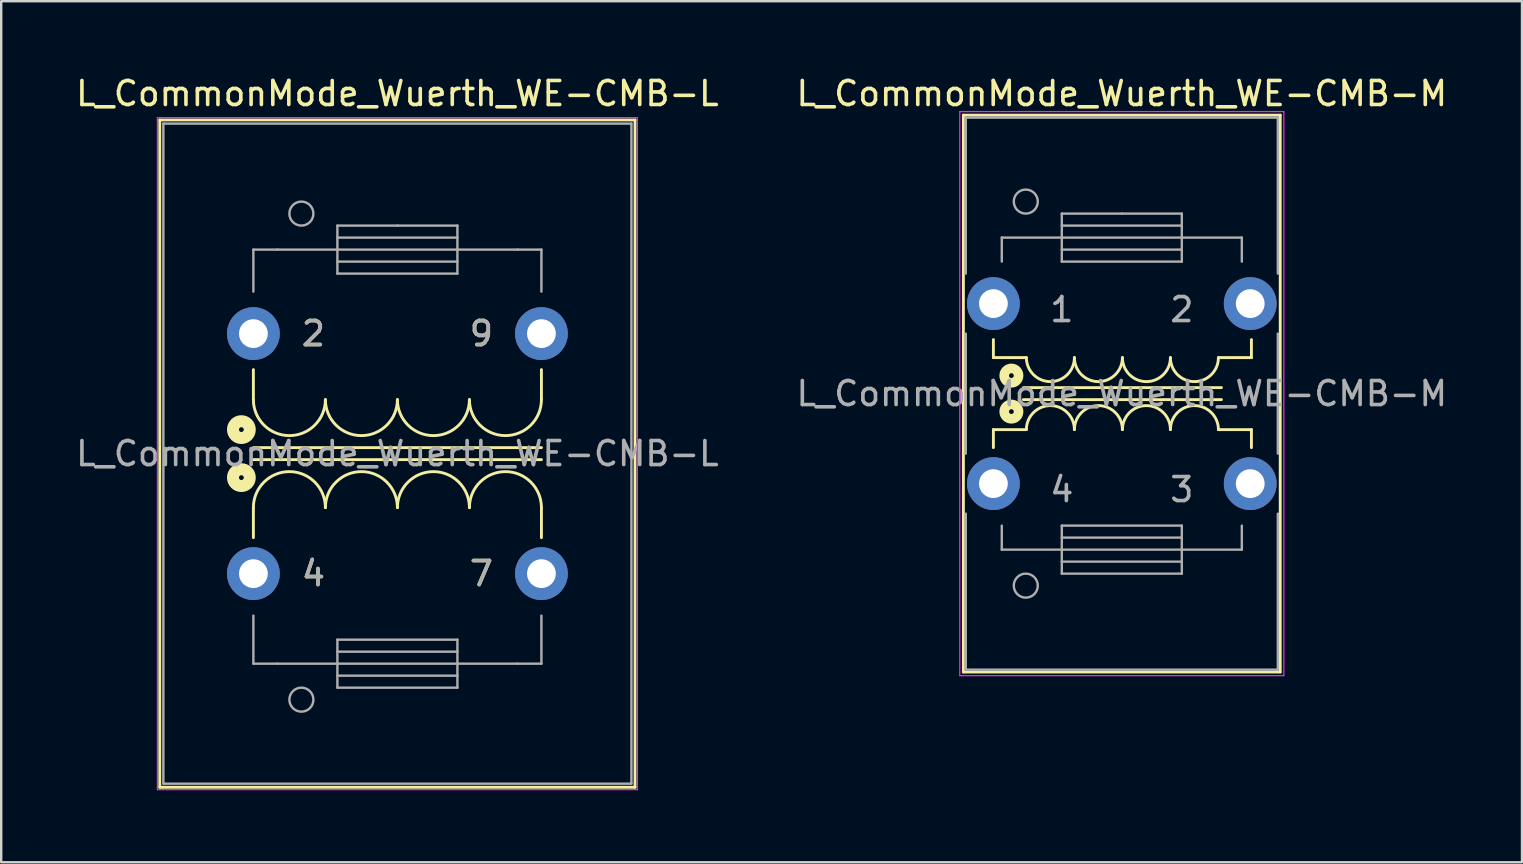
<source format=kicad_pcb>
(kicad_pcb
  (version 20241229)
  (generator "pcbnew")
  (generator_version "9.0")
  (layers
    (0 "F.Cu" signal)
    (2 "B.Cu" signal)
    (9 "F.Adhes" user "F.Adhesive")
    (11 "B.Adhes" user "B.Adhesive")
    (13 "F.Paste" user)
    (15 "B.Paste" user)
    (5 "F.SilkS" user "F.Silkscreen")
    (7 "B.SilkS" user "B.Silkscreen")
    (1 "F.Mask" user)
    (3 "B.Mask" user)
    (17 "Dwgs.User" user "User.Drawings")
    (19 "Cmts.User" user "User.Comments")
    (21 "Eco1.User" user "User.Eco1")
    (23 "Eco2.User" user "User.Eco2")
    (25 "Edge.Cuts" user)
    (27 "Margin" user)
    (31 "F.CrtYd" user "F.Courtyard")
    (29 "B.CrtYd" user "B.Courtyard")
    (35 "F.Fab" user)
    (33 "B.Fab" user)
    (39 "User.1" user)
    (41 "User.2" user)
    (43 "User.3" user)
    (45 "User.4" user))
  (footprint "L_CommonMode_Wuerth_WE-CMB-M"
    (layer "F.Cu")
    (at 38.335 9.598)
    (property "Reference" "L_CommonMode_Wuerth_WE-CMB-M" (at 5.35 -8.75 0) (layer "F.SilkS") (effects (font (size 1 1) (thickness 0.15))))
    (attr through_hole)
    (fp_line (start -1.25 -7.85) (end 11.95 -7.85) (stroke (width 0.12) (type solid)) (layer "F.SilkS"))
    (fp_line (start -1.25 15.35) (end -1.25 -7.85) (stroke (width 0.12) (type solid)) (layer "F.SilkS"))
    (fp_line (start 0 1.5) (end 0 2.25) (stroke (width 0.12) (type solid)) (layer "F.SilkS"))
    (fp_line (start 0 2.25) (end 1.375 2.25) (stroke (width 0.12) (type solid)) (layer "F.SilkS"))
    (fp_line (start 0 6) (end 0 5.25) (stroke (width 0.12) (type solid)) (layer "F.SilkS"))
    (fp_line (start 1.25 3.5) (end 9.5 3.5) (stroke (width 0.12) (type solid)) (layer "F.SilkS"))
    (fp_line (start 1.375 5.25) (end 0 5.25) (stroke (width 0.12) (type solid)) (layer "F.SilkS"))
    (fp_line (start 9.375 2.25) (end 10.75 2.25) (stroke (width 0.12) (type solid)) (layer "F.SilkS"))
    (fp_line (start 9.5 4) (end 1.25 4) (stroke (width 0.12) (type solid)) (layer "F.SilkS"))
    (fp_line (start 10.75 1.5) (end 10.75 2.25) (stroke (width 0.12) (type solid)) (layer "F.SilkS"))
    (fp_line (start 10.75 5.25) (end 9.375 5.25) (stroke (width 0.12) (type solid)) (layer "F.SilkS"))
    (fp_line (start 10.75 6) (end 10.75 5.25) (stroke (width 0.12) (type solid)) (layer "F.SilkS"))
    (fp_line (start 11.95 -7.85) (end 11.95 15.35) (stroke (width 0.12) (type solid)) (layer "F.SilkS"))
    (fp_line (start 11.95 15.35) (end -1.25 15.35) (stroke (width 0.12) (type solid)) (layer "F.SilkS"))
    (fp_arc (start 1.375 5.25) (mid 2.375 4.25) (end 3.375 5.25) (stroke (width 0.12) (type solid)) (layer "F.SilkS"))
    (fp_arc (start 3.375 2.25) (mid 2.375 3.25) (end 1.375 2.25) (stroke (width 0.12) (type solid)) (layer "F.SilkS"))
    (fp_arc (start 3.375 5.25) (mid 4.375 4.25) (end 5.375 5.25) (stroke (width 0.12) (type solid)) (layer "F.SilkS"))
    (fp_arc (start 5.375 2.25) (mid 4.375 3.25) (end 3.375 2.25) (stroke (width 0.12) (type solid)) (layer "F.SilkS"))
    (fp_arc (start 5.375 5.25) (mid 6.375 4.25) (end 7.375 5.25) (stroke (width 0.12) (type solid)) (layer "F.SilkS"))
    (fp_arc (start 7.375 2.25) (mid 6.375 3.25) (end 5.375 2.25) (stroke (width 0.12) (type solid)) (layer "F.SilkS"))
    (fp_arc (start 7.375 5.25) (mid 8.375 4.25) (end 9.375 5.25) (stroke (width 0.12) (type solid)) (layer "F.SilkS"))
    (fp_arc (start 9.375 2.25) (mid 8.375 3.25) (end 7.375 2.25) (stroke (width 0.12) (type solid)) (layer "F.SilkS"))
    (fp_circle (center 0.75 3) (end 0.85 3) (stroke (width 0.4) (type solid)) (fill no) (layer "F.SilkS"))
    (fp_circle (center 0.75 4.5) (end 0.85 4.5) (stroke (width 0.4) (type solid)) (fill no) (layer "F.SilkS"))
    (fp_line (start -1.4 -8) (end 12.1 -8) (stroke (width 0.05) (type solid)) (layer "F.CrtYd"))
    (fp_line (start -1.4 15.5) (end -1.4 -8) (stroke (width 0.05) (type solid)) (layer "F.CrtYd"))
    (fp_line (start 12.1 -8) (end 12.1 15.5) (stroke (width 0.05) (type solid)) (layer "F.CrtYd"))
    (fp_line (start 12.1 15.5) (end -1.4 15.5) (stroke (width 0.05) (type solid)) (layer "F.CrtYd"))
    (fp_line (start -1.15 -7.75) (end 11.85 -7.75) (stroke (width 0.1) (type solid)) (layer "F.Fab"))
    (fp_line (start -1.15 -1.25) (end -1.15 -7.75) (stroke (width 0.1) (type solid)) (layer "F.Fab"))
    (fp_line (start -1.15 6.25) (end -1.15 1.25) (stroke (width 0.1) (type solid)) (layer "F.Fab"))
    (fp_line (start -1.15 15.25) (end -1.15 8.75) (stroke (width 0.1) (type solid)) (layer "F.Fab"))
    (fp_line (start 0.35 -2.75) (end 0.35 -1.75) (stroke (width 0.1) (type solid)) (layer "F.Fab"))
    (fp_line (start 0.35 9.25) (end 0.35 10.25) (stroke (width 0.1) (type solid)) (layer "F.Fab"))
    (fp_line (start 0.35 10.25) (end 2.85 10.25) (stroke (width 0.1) (type solid)) (layer "F.Fab"))
    (fp_line (start 2.85 -3.75) (end 5.35 -3.75) (stroke (width 0.1) (type solid)) (layer "F.Fab"))
    (fp_line (start 2.85 -2.75) (end 0.35 -2.75) (stroke (width 0.1) (type solid)) (layer "F.Fab"))
    (fp_line (start 2.85 -2.75) (end 7.85 -2.75) (stroke (width 0.1) (type solid)) (layer "F.Fab"))
    (fp_line (start 2.85 -2.25) (end 7.85 -2.25) (stroke (width 0.1) (type solid)) (layer "F.Fab"))
    (fp_line (start 2.85 -1.75) (end 2.85 -3.75) (stroke (width 0.1) (type solid)) (layer "F.Fab"))
    (fp_line (start 2.85 9.25) (end 7.85 9.25) (stroke (width 0.1) (type solid)) (layer "F.Fab"))
    (fp_line (start 2.85 10.75) (end 7.85 10.75) (stroke (width 0.1) (type solid)) (layer "F.Fab"))
    (fp_line (start 2.85 11.25) (end 2.85 9.25) (stroke (width 0.1) (type solid)) (layer "F.Fab"))
    (fp_line (start 5.35 -3.75) (end 7.85 -3.75) (stroke (width 0.1) (type solid)) (layer "F.Fab"))
    (fp_line (start 7.85 -3.75) (end 7.85 -1.75) (stroke (width 0.1) (type solid)) (layer "F.Fab"))
    (fp_line (start 7.85 -3.25) (end 2.85 -3.25) (stroke (width 0.1) (type solid)) (layer "F.Fab"))
    (fp_line (start 7.85 -2.75) (end 10.35 -2.75) (stroke (width 0.1) (type solid)) (layer "F.Fab"))
    (fp_line (start 7.85 -1.75) (end 2.85 -1.75) (stroke (width 0.1) (type solid)) (layer "F.Fab"))
    (fp_line (start 7.85 9.25) (end 7.85 11.25) (stroke (width 0.1) (type solid)) (layer "F.Fab"))
    (fp_line (start 7.85 9.75) (end 2.85 9.75) (stroke (width 0.1) (type solid)) (layer "F.Fab"))
    (fp_line (start 7.85 10.25) (end 2.85 10.25) (stroke (width 0.1) (type solid)) (layer "F.Fab"))
    (fp_line (start 7.85 11.25) (end 2.85 11.25) (stroke (width 0.1) (type solid)) (layer "F.Fab"))
    (fp_line (start 10.35 -2.75) (end 10.35 -1.75) (stroke (width 0.1) (type solid)) (layer "F.Fab"))
    (fp_line (start 10.35 9.25) (end 10.35 10.25) (stroke (width 0.1) (type solid)) (layer "F.Fab"))
    (fp_line (start 10.35 10.25) (end 7.85 10.25) (stroke (width 0.1) (type solid)) (layer "F.Fab"))
    (fp_line (start 11.85 -7.75) (end 11.85 -1.25) (stroke (width 0.1) (type solid)) (layer "F.Fab"))
    (fp_line (start 11.85 1.25) (end 11.85 6.25) (stroke (width 0.1) (type solid)) (layer "F.Fab"))
    (fp_line (start 11.85 8.75) (end 11.85 15.25) (stroke (width 0.1) (type solid)) (layer "F.Fab"))
    (fp_line (start 11.85 15.25) (end -1.15 15.25) (stroke (width 0.1) (type solid)) (layer "F.Fab"))
    (fp_circle (center 1.35 -4.25) (end 1.85 -4.25) (stroke (width 0.1) (type solid)) (fill no) (layer "F.Fab"))
    (fp_circle (center 1.35 11.75) (end 1.85 11.75) (stroke (width 0.1) (type solid)) (fill no) (layer "F.Fab"))
    (fp_text user "${REFERENCE}" (at 5.35 3.75 0) (layer "F.Fab") (effects (font (size 1 1) (thickness 0.15))))
    (fp_text user "1" (at 2.85 0.25 0) (layer "F.Fab") (effects (font (size 1 1) (thickness 0.15))))
    (fp_text user "3" (at 7.85 7.75 0) (layer "F.Fab") (effects (font (size 1 1) (thickness 0.15))))
    (fp_text user "2" (at 7.85 0.25 0) (layer "F.Fab") (effects (font (size 1 1) (thickness 0.15))))
    (fp_text user "4" (at 2.85 7.75 0) (layer "F.Fab") (effects (font (size 1 1) (thickness 0.15))))
    (pad "1" thru_hole circle (at 0 0) (size 2.2 2.2) (drill 1.2) (layers "*.Cu" "*.Mask"))
    (pad "2" thru_hole circle (at 10.7 0) (size 2.2 2.2) (drill 1.2) (layers "*.Cu" "*.Mask"))
    (pad "3" thru_hole circle (at 10.7 7.5) (size 2.2 2.2) (drill 1.2) (layers "*.Cu" "*.Mask"))
    (pad "4" thru_hole circle (at 0 7.5) (size 2.2 2.2) (drill 1.2) (layers "*.Cu" "*.Mask")))
  (footprint "L_CommonMode_Wuerth_WE-CMB-L"
    (layer "F.Cu")
    (at 7.506 10.848)
    (property "Reference" "L_CommonMode_Wuerth_WE-CMB-L" (at 6 -10 0) (layer "F.SilkS") (effects (font (size 1 1) (thickness 0.15))))
    (attr through_hole)
    (fp_line (start -3.9 18.9) (end -3.9 -8.9) (stroke (width 0.12) (type solid)) (layer "F.SilkS"))
    (fp_line (start -3.9 18.9) (end 15.9 18.9) (stroke (width 0.12) (type solid)) (layer "F.SilkS"))
    (fp_line (start 0 2.75) (end 0 1.5) (stroke (width 0.12) (type solid)) (layer "F.SilkS"))
    (fp_line (start 0 4.75) (end 12 4.75) (stroke (width 0.12) (type solid)) (layer "F.SilkS"))
    (fp_line (start 0 7.25) (end 0 8.5) (stroke (width 0.12) (type solid)) (layer "F.SilkS"))
    (fp_line (start 12 2.75) (end 12 1.5) (stroke (width 0.12) (type solid)) (layer "F.SilkS"))
    (fp_line (start 12 5.25) (end 0 5.25) (stroke (width 0.12) (type solid)) (layer "F.SilkS"))
    (fp_line (start 12 7.25) (end 12 8.5) (stroke (width 0.12) (type solid)) (layer "F.SilkS"))
    (fp_line (start 15.9 -8.9) (end -3.9 -8.9) (stroke (width 0.12) (type solid)) (layer "F.SilkS"))
    (fp_line (start 15.9 18.9) (end 15.9 -8.9) (stroke (width 0.12) (type solid)) (layer "F.SilkS"))
    (fp_arc (start 0 7.25) (mid 1.5 5.75) (end 3 7.25) (stroke (width 0.12) (type solid)) (layer "F.SilkS"))
    (fp_arc (start 3 2.75) (mid 1.5 4.25) (end 0 2.75) (stroke (width 0.12) (type solid)) (layer "F.SilkS"))
    (fp_arc (start 3 7.25) (mid 4.5 5.75) (end 6 7.25) (stroke (width 0.12) (type solid)) (layer "F.SilkS"))
    (fp_arc (start 6 2.75) (mid 4.5 4.25) (end 3 2.75) (stroke (width 0.12) (type solid)) (layer "F.SilkS"))
    (fp_arc (start 6 7.25) (mid 7.5 5.75) (end 9 7.25) (stroke (width 0.12) (type solid)) (layer "F.SilkS"))
    (fp_arc (start 9 2.75) (mid 7.5 4.25) (end 6 2.75) (stroke (width 0.12) (type solid)) (layer "F.SilkS"))
    (fp_arc (start 9 7.25) (mid 10.5 5.75) (end 12 7.25) (stroke (width 0.12) (type solid)) (layer "F.SilkS"))
    (fp_arc (start 12 2.75) (mid 10.5 4.25) (end 9 2.75) (stroke (width 0.12) (type solid)) (layer "F.SilkS"))
    (fp_circle (center -0.5 4) (end -0.4 4) (stroke (width 0.5) (type solid)) (fill no) (layer "F.SilkS"))
    (fp_circle (center -0.5 6) (end -0.4 6) (stroke (width 0.5) (type solid)) (fill no) (layer "F.SilkS"))
    (fp_line (start -4 -9) (end -4 19) (stroke (width 0.05) (type solid)) (layer "F.CrtYd"))
    (fp_line (start -4 19) (end 16 19) (stroke (width 0.05) (type solid)) (layer "F.CrtYd"))
    (fp_line (start 16 -9) (end -4 -9) (stroke (width 0.05) (type solid)) (layer "F.CrtYd"))
    (fp_line (start 16 19) (end 16 -9) (stroke (width 0.05) (type solid)) (layer "F.CrtYd"))
    (fp_line (start -3.75 -8.75) (end -3.75 18.75) (stroke (width 0.1) (type solid)) (layer "F.Fab"))
    (fp_line (start 0 -3.5) (end 0 -1.75) (stroke (width 0.1) (type solid)) (layer "F.Fab"))
    (fp_line (start 0 13.75) (end 0 11.75) (stroke (width 0.1) (type solid)) (layer "F.Fab"))
    (fp_line (start 1 -3.5) (end 0 -3.5) (stroke (width 0.1) (type solid)) (layer "F.Fab"))
    (fp_line (start 1 13.75) (end 0 13.75) (stroke (width 0.1) (type solid)) (layer "F.Fab"))
    (fp_line (start 1 13.75) (end 3.5 13.75) (stroke (width 0.1) (type solid)) (layer "F.Fab"))
    (fp_line (start 3.5 -4.5) (end 6 -4.5) (stroke (width 0.1) (type solid)) (layer "F.Fab"))
    (fp_line (start 3.5 -3.5) (end 1 -3.5) (stroke (width 0.1) (type solid)) (layer "F.Fab"))
    (fp_line (start 3.5 -3.5) (end 8.5 -3.5) (stroke (width 0.1) (type solid)) (layer "F.Fab"))
    (fp_line (start 3.5 -3) (end 8.5 -3) (stroke (width 0.1) (type solid)) (layer "F.Fab"))
    (fp_line (start 3.5 -2.5) (end 3.5 -4.5) (stroke (width 0.1) (type solid)) (layer "F.Fab"))
    (fp_line (start 3.5 12.75) (end 8.5 12.75) (stroke (width 0.1) (type solid)) (layer "F.Fab"))
    (fp_line (start 3.5 14.25) (end 8.5 14.25) (stroke (width 0.1) (type solid)) (layer "F.Fab"))
    (fp_line (start 3.5 14.75) (end 3.5 12.75) (stroke (width 0.1) (type solid)) (layer "F.Fab"))
    (fp_line (start 6 -4.5) (end 8.5 -4.5) (stroke (width 0.1) (type solid)) (layer "F.Fab"))
    (fp_line (start 8.5 -4.5) (end 8.5 -2.5) (stroke (width 0.1) (type solid)) (layer "F.Fab"))
    (fp_line (start 8.5 -4) (end 3.5 -4) (stroke (width 0.1) (type solid)) (layer "F.Fab"))
    (fp_line (start 8.5 -3.5) (end 11 -3.5) (stroke (width 0.1) (type solid)) (layer "F.Fab"))
    (fp_line (start 8.5 -2.5) (end 3.5 -2.5) (stroke (width 0.1) (type solid)) (layer "F.Fab"))
    (fp_line (start 8.5 12.75) (end 8.5 14.75) (stroke (width 0.1) (type solid)) (layer "F.Fab"))
    (fp_line (start 8.5 13.25) (end 3.5 13.25) (stroke (width 0.1) (type solid)) (layer "F.Fab"))
    (fp_line (start 8.5 13.75) (end 3.5 13.75) (stroke (width 0.1) (type solid)) (layer "F.Fab"))
    (fp_line (start 8.5 14.75) (end 3.5 14.75) (stroke (width 0.1) (type solid)) (layer "F.Fab"))
    (fp_line (start 11 -3.5) (end 12 -3.5) (stroke (width 0.1) (type solid)) (layer "F.Fab"))
    (fp_line (start 11 13.75) (end 8.5 13.75) (stroke (width 0.1) (type solid)) (layer "F.Fab"))
    (fp_line (start 11 13.75) (end 12 13.75) (stroke (width 0.1) (type solid)) (layer "F.Fab"))
    (fp_line (start 12 -3.5) (end 12 -1.75) (stroke (width 0.1) (type solid)) (layer "F.Fab"))
    (fp_line (start 12 13.75) (end 12 11.75) (stroke (width 0.1) (type solid)) (layer "F.Fab"))
    (fp_line (start 15.75 -8.75) (end -3.75 -8.75) (stroke (width 0.1) (type solid)) (layer "F.Fab"))
    (fp_line (start 15.75 -8.75) (end 15.75 18.75) (stroke (width 0.1) (type solid)) (layer "F.Fab"))
    (fp_line (start 15.75 18.75) (end -3.75 18.75) (stroke (width 0.1) (type solid)) (layer "F.Fab"))
    (fp_circle (center 2 -5) (end 2.5 -5) (stroke (width 0.1) (type solid)) (fill no) (layer "F.Fab"))
    (fp_circle (center 2 15.25) (end 2.5 15.25) (stroke (width 0.1) (type solid)) (fill no) (layer "F.Fab"))
    (fp_text user "2" (at 2.5 0 0) (layer "F.SilkS") (effects (font (size 1 1) (thickness 0.15))))
    (fp_text user "7" (at 9.5 10 0) (layer "F.SilkS") (effects (font (size 1 1) (thickness 0.15))))
    (fp_text user "9" (at 9.5 0 0) (layer "F.SilkS") (effects (font (size 1 1) (thickness 0.15))))
    (fp_text user "4" (at 2.5 10 0) (layer "F.SilkS") (effects (font (size 1 1) (thickness 0.15))))
    (fp_text user "9" (at 9.5 0 0) (layer "F.Fab") (effects (font (size 1 1) (thickness 0.15))))
    (fp_text user "4" (at 2.5 10 0) (layer "F.Fab") (effects (font (size 1 1) (thickness 0.15))))
    (fp_text user "7" (at 9.5 10 0) (layer "F.Fab") (effects (font (size 1 1) (thickness 0.15))))
    (fp_text user "${REFERENCE}" (at 6 5 0) (layer "F.Fab") (effects (font (size 1 1) (thickness 0.15))))
    (fp_text user "2" (at 2.5 0 0) (layer "F.Fab") (effects (font (size 1 1) (thickness 0.15))))
    (pad "2" thru_hole circle (at 0 0) (size 2.2 2.2) (drill 1.2) (layers "*.Cu" "*.Mask"))
    (pad "4" thru_hole circle (at 0 10) (size 2.2 2.2) (drill 1.2) (layers "*.Cu" "*.Mask"))
    (pad "7" thru_hole circle (at 12 10) (size 2.2 2.2) (drill 1.2) (layers "*.Cu" "*.Mask"))
    (pad "9" thru_hole circle (at 12 0) (size 2.2 2.2) (drill 1.2) (layers "*.Cu" "*.Mask")))
  (gr_rect
    (start -3 -3)
    (end 60.357 32.873)
    (stroke (width 0.1) (type default))
    (fill no)
    (layer "Edge.Cuts")))
</source>
